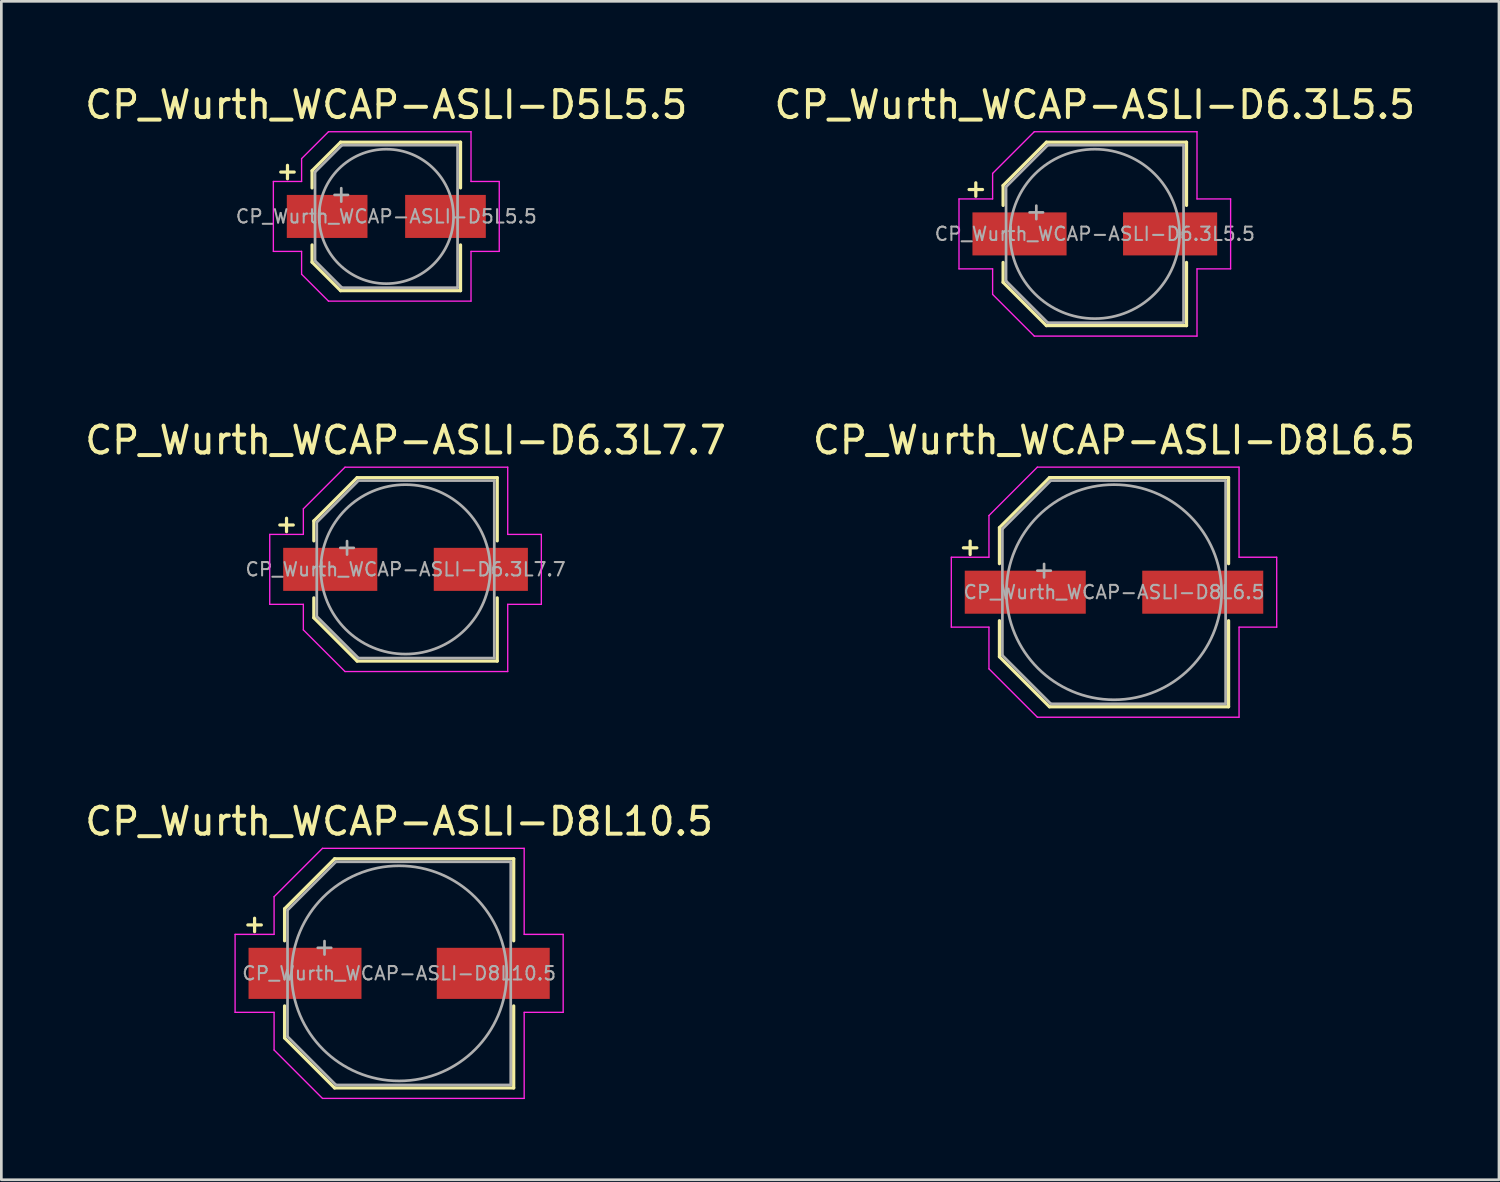
<source format=kicad_pcb>
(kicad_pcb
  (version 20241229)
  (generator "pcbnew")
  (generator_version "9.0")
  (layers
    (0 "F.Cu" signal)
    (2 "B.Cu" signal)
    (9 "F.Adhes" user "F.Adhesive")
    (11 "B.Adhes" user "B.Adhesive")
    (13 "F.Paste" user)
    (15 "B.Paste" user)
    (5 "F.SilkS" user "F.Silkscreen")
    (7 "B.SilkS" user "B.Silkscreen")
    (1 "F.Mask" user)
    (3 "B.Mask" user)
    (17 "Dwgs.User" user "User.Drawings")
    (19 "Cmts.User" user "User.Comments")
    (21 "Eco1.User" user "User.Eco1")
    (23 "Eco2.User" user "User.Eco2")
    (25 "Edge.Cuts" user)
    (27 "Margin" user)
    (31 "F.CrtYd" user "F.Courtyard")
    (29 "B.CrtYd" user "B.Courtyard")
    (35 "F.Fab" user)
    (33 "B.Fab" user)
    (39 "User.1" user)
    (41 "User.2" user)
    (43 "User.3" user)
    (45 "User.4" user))
  (footprint "CP_Wurth_WCAP-ASLI-D6.3L7.7"
    (layer "F.Cu")
    (at 12.03 18.122)
    (property "Reference" "CP_Wurth_WCAP-ASLI-D6.3L7.7" (at 0 -4.8 0) (unlocked yes) (layer "F.SilkS") (effects (font (size 1 1) (thickness 0.15))))
    (attr smd)
    (fp_line (start -4.425 -1.4) (end -4.425 -1.9) (stroke (width 0.12) (type solid)) (layer "F.SilkS"))
    (fp_line (start -4.175 -1.65) (end -4.675 -1.65) (stroke (width 0.12) (type solid)) (layer "F.SilkS"))
    (fp_line (start -3.41 -1.8) (end -3.41 -1.06) (stroke (width 0.12) (type default)) (layer "F.SilkS"))
    (fp_line (start -3.41 -1.8) (end -1.8 -3.41) (stroke (width 0.12) (type default)) (layer "F.SilkS"))
    (fp_line (start -3.41 1.8) (end -3.41 1.06) (stroke (width 0.12) (type default)) (layer "F.SilkS"))
    (fp_line (start -3.41 1.8) (end -1.8 3.41) (stroke (width 0.12) (type default)) (layer "F.SilkS"))
    (fp_line (start -1.8 -3.41) (end 3.41 -3.41) (stroke (width 0.12) (type solid)) (layer "F.SilkS"))
    (fp_line (start -1.8 3.41) (end 3.41 3.41) (stroke (width 0.12) (type solid)) (layer "F.SilkS"))
    (fp_line (start 3.41 -3.41) (end 3.41 -1.06) (stroke (width 0.12) (type default)) (layer "F.SilkS"))
    (fp_line (start 3.41 1.06) (end 3.41 3.41) (stroke (width 0.12) (type default)) (layer "F.SilkS"))
    (fp_line (start -5.05 -1.3) (end -5.05 1.3) (stroke (width 0.05) (type default)) (layer "F.CrtYd"))
    (fp_line (start -5.05 -1.3) (end -3.8 -1.3) (stroke (width 0.05) (type default)) (layer "F.CrtYd"))
    (fp_line (start -5.05 1.3) (end -3.8 1.3) (stroke (width 0.05) (type default)) (layer "F.CrtYd"))
    (fp_line (start -3.8 -2.25) (end -3.8 -1.3) (stroke (width 0.05) (type default)) (layer "F.CrtYd"))
    (fp_line (start -3.8 -2.25) (end -2.25 -3.8) (stroke (width 0.05) (type default)) (layer "F.CrtYd"))
    (fp_line (start -3.8 1.3) (end -3.8 2.25) (stroke (width 0.05) (type default)) (layer "F.CrtYd"))
    (fp_line (start -3.8 2.25) (end -2.25 3.8) (stroke (width 0.05) (type default)) (layer "F.CrtYd"))
    (fp_line (start -2.25 -3.8) (end 3.8 -3.8) (stroke (width 0.05) (type default)) (layer "F.CrtYd"))
    (fp_line (start -2.25 3.8) (end 3.8 3.8) (stroke (width 0.05) (type default)) (layer "F.CrtYd"))
    (fp_line (start 3.8 -3.8) (end 3.8 -1.3) (stroke (width 0.05) (type default)) (layer "F.CrtYd"))
    (fp_line (start 3.8 -1.3) (end 5.05 -1.3) (stroke (width 0.05) (type default)) (layer "F.CrtYd"))
    (fp_line (start 3.8 1.3) (end 3.8 3.8) (stroke (width 0.05) (type default)) (layer "F.CrtYd"))
    (fp_line (start 3.8 1.3) (end 5.05 1.3) (stroke (width 0.05) (type default)) (layer "F.CrtYd"))
    (fp_line (start 5.05 -1.3) (end 5.05 1.3) (stroke (width 0.05) (type default)) (layer "F.CrtYd"))
    (fp_line (start -3.3 -1.75) (end -1.75 -3.3) (stroke (width 0.1) (type default)) (layer "F.Fab"))
    (fp_line (start -3.3 1.75) (end -3.3 -1.75) (stroke (width 0.1) (type default)) (layer "F.Fab"))
    (fp_line (start -2.175 -0.55) (end -2.175 -1.05) (stroke (width 0.1) (type default)) (layer "F.Fab"))
    (fp_line (start -1.925 -0.8) (end -2.425 -0.8) (stroke (width 0.1) (type default)) (layer "F.Fab"))
    (fp_line (start -1.75 -3.3) (end 3.3 -3.3) (stroke (width 0.1) (type default)) (layer "F.Fab"))
    (fp_line (start -1.75 3.3) (end -3.3 1.75) (stroke (width 0.1) (type default)) (layer "F.Fab"))
    (fp_line (start 3.3 -3.3) (end 3.3 3.3) (stroke (width 0.1) (type default)) (layer "F.Fab"))
    (fp_line (start 3.3 3.3) (end -1.75 3.3) (stroke (width 0.1) (type default)) (layer "F.Fab"))
    (fp_circle (center 0 0) (end 3.15 0) (stroke (width 0.1) (type default)) (fill no) (layer "F.Fab"))
    (fp_text user "${REFERENCE}" (at 0 0 0) (unlocked yes) (layer "F.Fab") (effects (font (size 0.5 0.5) (thickness 0.075))))
    (pad "1" smd rect (at -2.8 0) (size 3.5 1.6) (layers "F.Cu" "F.Mask" "F.Paste"))
    (pad "2" smd rect (at 2.8 0) (size 3.5 1.6) (layers "F.Cu" "F.Mask" "F.Paste")))
  (footprint "CP_Wurth_WCAP-ASLI-D6.3L5.5"
    (layer "F.Cu")
    (at 37.661 5.648)
    (property "Reference" "CP_Wurth_WCAP-ASLI-D6.3L5.5" (at 0 -4.8 0) (unlocked yes) (layer "F.SilkS") (effects (font (size 1 1) (thickness 0.15))))
    (attr smd)
    (fp_line (start -4.425 -1.4) (end -4.425 -1.9) (stroke (width 0.12) (type solid)) (layer "F.SilkS"))
    (fp_line (start -4.175 -1.65) (end -4.675 -1.65) (stroke (width 0.12) (type solid)) (layer "F.SilkS"))
    (fp_line (start -3.41 -1.8) (end -3.41 -1.06) (stroke (width 0.12) (type default)) (layer "F.SilkS"))
    (fp_line (start -3.41 -1.8) (end -1.8 -3.41) (stroke (width 0.12) (type default)) (layer "F.SilkS"))
    (fp_line (start -3.41 1.8) (end -3.41 1.06) (stroke (width 0.12) (type default)) (layer "F.SilkS"))
    (fp_line (start -3.41 1.8) (end -1.8 3.41) (stroke (width 0.12) (type default)) (layer "F.SilkS"))
    (fp_line (start -1.8 -3.41) (end 3.41 -3.41) (stroke (width 0.12) (type solid)) (layer "F.SilkS"))
    (fp_line (start -1.8 3.41) (end 3.41 3.41) (stroke (width 0.12) (type solid)) (layer "F.SilkS"))
    (fp_line (start 3.41 -3.41) (end 3.41 -1.06) (stroke (width 0.12) (type default)) (layer "F.SilkS"))
    (fp_line (start 3.41 1.06) (end 3.41 3.41) (stroke (width 0.12) (type default)) (layer "F.SilkS"))
    (fp_line (start -5.05 -1.3) (end -5.05 1.3) (stroke (width 0.05) (type default)) (layer "F.CrtYd"))
    (fp_line (start -5.05 -1.3) (end -3.8 -1.3) (stroke (width 0.05) (type default)) (layer "F.CrtYd"))
    (fp_line (start -5.05 1.3) (end -3.8 1.3) (stroke (width 0.05) (type default)) (layer "F.CrtYd"))
    (fp_line (start -3.8 -2.25) (end -3.8 -1.3) (stroke (width 0.05) (type default)) (layer "F.CrtYd"))
    (fp_line (start -3.8 -2.25) (end -2.25 -3.8) (stroke (width 0.05) (type default)) (layer "F.CrtYd"))
    (fp_line (start -3.8 1.3) (end -3.8 2.25) (stroke (width 0.05) (type default)) (layer "F.CrtYd"))
    (fp_line (start -3.8 2.25) (end -2.25 3.8) (stroke (width 0.05) (type default)) (layer "F.CrtYd"))
    (fp_line (start -2.25 -3.8) (end 3.8 -3.8) (stroke (width 0.05) (type default)) (layer "F.CrtYd"))
    (fp_line (start -2.25 3.8) (end 3.8 3.8) (stroke (width 0.05) (type default)) (layer "F.CrtYd"))
    (fp_line (start 3.8 -3.8) (end 3.8 -1.3) (stroke (width 0.05) (type default)) (layer "F.CrtYd"))
    (fp_line (start 3.8 -1.3) (end 5.05 -1.3) (stroke (width 0.05) (type default)) (layer "F.CrtYd"))
    (fp_line (start 3.8 1.3) (end 3.8 3.8) (stroke (width 0.05) (type default)) (layer "F.CrtYd"))
    (fp_line (start 3.8 1.3) (end 5.05 1.3) (stroke (width 0.05) (type default)) (layer "F.CrtYd"))
    (fp_line (start 5.05 -1.3) (end 5.05 1.3) (stroke (width 0.05) (type default)) (layer "F.CrtYd"))
    (fp_line (start -3.3 -1.75) (end -1.75 -3.3) (stroke (width 0.1) (type default)) (layer "F.Fab"))
    (fp_line (start -3.3 1.75) (end -3.3 -1.75) (stroke (width 0.1) (type default)) (layer "F.Fab"))
    (fp_line (start -2.175 -0.55) (end -2.175 -1.05) (stroke (width 0.1) (type default)) (layer "F.Fab"))
    (fp_line (start -1.925 -0.8) (end -2.425 -0.8) (stroke (width 0.1) (type default)) (layer "F.Fab"))
    (fp_line (start -1.75 -3.3) (end 3.3 -3.3) (stroke (width 0.1) (type default)) (layer "F.Fab"))
    (fp_line (start -1.75 3.3) (end -3.3 1.75) (stroke (width 0.1) (type default)) (layer "F.Fab"))
    (fp_line (start 3.3 -3.3) (end 3.3 3.3) (stroke (width 0.1) (type default)) (layer "F.Fab"))
    (fp_line (start 3.3 3.3) (end -1.75 3.3) (stroke (width 0.1) (type default)) (layer "F.Fab"))
    (fp_circle (center 0 0) (end 3.15 0) (stroke (width 0.1) (type default)) (fill no) (layer "F.Fab"))
    (fp_text user "${REFERENCE}" (at 0 0 0) (unlocked yes) (layer "F.Fab") (effects (font (size 0.5 0.5) (thickness 0.075))))
    (pad "1" smd rect (at -2.8 0) (size 3.5 1.6) (layers "F.Cu" "F.Mask" "F.Paste"))
    (pad "2" smd rect (at 2.8 0) (size 3.5 1.6) (layers "F.Cu" "F.Mask" "F.Paste")))
  (footprint "CP_Wurth_WCAP-ASLI-D5L5.5"
    (layer "F.Cu")
    (at 11.315 4.998)
    (property "Reference" "CP_Wurth_WCAP-ASLI-D5L5.5" (at 0 -4.15 0) (unlocked yes) (layer "F.SilkS") (effects (font (size 1 1) (thickness 0.15))))
    (attr smd)
    (fp_line (start -3.675 -1.4) (end -3.675 -1.9) (stroke (width 0.12) (type solid)) (layer "F.SilkS"))
    (fp_line (start -3.425 -1.65) (end -3.925 -1.65) (stroke (width 0.12) (type solid)) (layer "F.SilkS"))
    (fp_line (start -2.76 -1.7) (end -2.76 -1.06) (stroke (width 0.12) (type default)) (layer "F.SilkS"))
    (fp_line (start -2.76 -1.7) (end -1.7 -2.76) (stroke (width 0.12) (type default)) (layer "F.SilkS"))
    (fp_line (start -2.76 1.7) (end -2.76 1.06) (stroke (width 0.12) (type default)) (layer "F.SilkS"))
    (fp_line (start -2.76 1.7) (end -1.7 2.76) (stroke (width 0.12) (type default)) (layer "F.SilkS"))
    (fp_line (start -1.7 -2.76) (end 2.76 -2.76) (stroke (width 0.12) (type solid)) (layer "F.SilkS"))
    (fp_line (start -1.7 2.76) (end 2.76 2.76) (stroke (width 0.12) (type solid)) (layer "F.SilkS"))
    (fp_line (start 2.76 -2.76) (end 2.76 -1.06) (stroke (width 0.12) (type default)) (layer "F.SilkS"))
    (fp_line (start 2.76 1.06) (end 2.76 2.76) (stroke (width 0.12) (type default)) (layer "F.SilkS"))
    (fp_line (start -4.2 -1.3) (end -4.2 1.3) (stroke (width 0.05) (type default)) (layer "F.CrtYd"))
    (fp_line (start -4.2 -1.3) (end -3.15 -1.3) (stroke (width 0.05) (type default)) (layer "F.CrtYd"))
    (fp_line (start -4.2 1.3) (end -3.15 1.3) (stroke (width 0.05) (type default)) (layer "F.CrtYd"))
    (fp_line (start -3.15 -2.15) (end -3.15 -1.3) (stroke (width 0.05) (type default)) (layer "F.CrtYd"))
    (fp_line (start -3.15 -2.15) (end -2.15 -3.15) (stroke (width 0.05) (type default)) (layer "F.CrtYd"))
    (fp_line (start -3.15 1.3) (end -3.15 2.15) (stroke (width 0.05) (type default)) (layer "F.CrtYd"))
    (fp_line (start -3.15 2.15) (end -2.15 3.15) (stroke (width 0.05) (type default)) (layer "F.CrtYd"))
    (fp_line (start -2.15 -3.15) (end 3.15 -3.15) (stroke (width 0.05) (type default)) (layer "F.CrtYd"))
    (fp_line (start -2.15 3.15) (end 3.15 3.15) (stroke (width 0.05) (type default)) (layer "F.CrtYd"))
    (fp_line (start 3.15 -3.15) (end 3.15 -1.3) (stroke (width 0.05) (type default)) (layer "F.CrtYd"))
    (fp_line (start 3.15 -1.3) (end 4.2 -1.3) (stroke (width 0.05) (type default)) (layer "F.CrtYd"))
    (fp_line (start 3.15 1.3) (end 3.15 3.15) (stroke (width 0.05) (type default)) (layer "F.CrtYd"))
    (fp_line (start 3.15 1.3) (end 4.2 1.3) (stroke (width 0.05) (type default)) (layer "F.CrtYd"))
    (fp_line (start 4.2 -1.3) (end 4.2 1.3) (stroke (width 0.05) (type default)) (layer "F.CrtYd"))
    (fp_line (start -2.65 -1.65) (end -1.65 -2.65) (stroke (width 0.1) (type default)) (layer "F.Fab"))
    (fp_line (start -2.65 1.65) (end -2.65 -1.65) (stroke (width 0.1) (type default)) (layer "F.Fab"))
    (fp_line (start -1.675 -0.55) (end -1.675 -1.05) (stroke (width 0.1) (type default)) (layer "F.Fab"))
    (fp_line (start -1.65 -2.65) (end 2.65 -2.65) (stroke (width 0.1) (type default)) (layer "F.Fab"))
    (fp_line (start -1.65 2.65) (end -2.65 1.65) (stroke (width 0.1) (type default)) (layer "F.Fab"))
    (fp_line (start -1.425 -0.8) (end -1.925 -0.8) (stroke (width 0.1) (type default)) (layer "F.Fab"))
    (fp_line (start 2.65 -2.65) (end 2.65 2.65) (stroke (width 0.1) (type default)) (layer "F.Fab"))
    (fp_line (start 2.65 2.65) (end -1.65 2.65) (stroke (width 0.1) (type default)) (layer "F.Fab"))
    (fp_circle (center 0 0) (end 2.5 0) (stroke (width 0.1) (type default)) (fill no) (layer "F.Fab"))
    (fp_text user "${REFERENCE}" (at 0 0 0) (unlocked yes) (layer "F.Fab") (effects (font (size 0.5 0.5) (thickness 0.075))))
    (pad "1" smd rect (at -2.2 0) (size 3 1.6) (layers "F.Cu" "F.Mask" "F.Paste"))
    (pad "2" smd rect (at 2.2 0) (size 3 1.6) (layers "F.Cu" "F.Mask" "F.Paste")))
  (footprint "CP_Wurth_WCAP-ASLI-D8L10.5"
    (layer "F.Cu")
    (at 11.792 33.145)
    (property "Reference" "CP_Wurth_WCAP-ASLI-D8L10.5" (at 0 -5.65 0) (unlocked yes) (layer "F.SilkS") (effects (font (size 1 1) (thickness 0.15))))
    (attr smd)
    (fp_line (start -5.375 -1.55) (end -5.375 -2.05) (stroke (width 0.12) (type solid)) (layer "F.SilkS"))
    (fp_line (start -5.125 -1.8) (end -5.625 -1.8) (stroke (width 0.12) (type solid)) (layer "F.SilkS"))
    (fp_line (start -4.26 -2.4) (end -4.26 -1.21) (stroke (width 0.12) (type default)) (layer "F.SilkS"))
    (fp_line (start -4.26 -2.4) (end -2.4 -4.26) (stroke (width 0.12) (type default)) (layer "F.SilkS"))
    (fp_line (start -4.26 2.4) (end -4.26 1.21) (stroke (width 0.12) (type default)) (layer "F.SilkS"))
    (fp_line (start -4.26 2.4) (end -2.4 4.26) (stroke (width 0.12) (type default)) (layer "F.SilkS"))
    (fp_line (start -2.4 -4.26) (end 4.26 -4.26) (stroke (width 0.12) (type solid)) (layer "F.SilkS"))
    (fp_line (start -2.4 4.26) (end 4.26 4.26) (stroke (width 0.12) (type solid)) (layer "F.SilkS"))
    (fp_line (start 4.26 -4.26) (end 4.26 -1.21) (stroke (width 0.12) (type default)) (layer "F.SilkS"))
    (fp_line (start 4.26 1.21) (end 4.26 4.26) (stroke (width 0.12) (type default)) (layer "F.SilkS"))
    (fp_line (start -6.1 -1.45) (end -6.1 1.45) (stroke (width 0.05) (type default)) (layer "F.CrtYd"))
    (fp_line (start -6.1 -1.45) (end -4.65 -1.45) (stroke (width 0.05) (type default)) (layer "F.CrtYd"))
    (fp_line (start -6.1 1.45) (end -4.65 1.45) (stroke (width 0.05) (type default)) (layer "F.CrtYd"))
    (fp_line (start -4.65 -2.85) (end -4.65 -1.45) (stroke (width 0.05) (type default)) (layer "F.CrtYd"))
    (fp_line (start -4.65 -2.85) (end -2.85 -4.65) (stroke (width 0.05) (type default)) (layer "F.CrtYd"))
    (fp_line (start -4.65 1.45) (end -4.65 2.85) (stroke (width 0.05) (type default)) (layer "F.CrtYd"))
    (fp_line (start -4.65 2.85) (end -2.85 4.65) (stroke (width 0.05) (type default)) (layer "F.CrtYd"))
    (fp_line (start -2.85 -4.65) (end 4.65 -4.65) (stroke (width 0.05) (type default)) (layer "F.CrtYd"))
    (fp_line (start -2.85 4.65) (end 4.65 4.65) (stroke (width 0.05) (type default)) (layer "F.CrtYd"))
    (fp_line (start 4.65 -4.65) (end 4.65 -1.45) (stroke (width 0.05) (type default)) (layer "F.CrtYd"))
    (fp_line (start 4.65 -1.45) (end 6.1 -1.45) (stroke (width 0.05) (type default)) (layer "F.CrtYd"))
    (fp_line (start 4.65 1.45) (end 4.65 4.65) (stroke (width 0.05) (type default)) (layer "F.CrtYd"))
    (fp_line (start 4.65 1.45) (end 6.1 1.45) (stroke (width 0.05) (type default)) (layer "F.CrtYd"))
    (fp_line (start 6.1 -1.45) (end 6.1 1.45) (stroke (width 0.05) (type default)) (layer "F.CrtYd"))
    (fp_line (start -4.15 -2.35) (end -2.35 -4.15) (stroke (width 0.1) (type default)) (layer "F.Fab"))
    (fp_line (start -4.15 2.35) (end -4.15 -2.35) (stroke (width 0.1) (type default)) (layer "F.Fab"))
    (fp_line (start -2.775 -0.7) (end -2.775 -1.2) (stroke (width 0.1) (type default)) (layer "F.Fab"))
    (fp_line (start -2.525 -0.95) (end -3.025 -0.95) (stroke (width 0.1) (type default)) (layer "F.Fab"))
    (fp_line (start -2.35 -4.15) (end 4.15 -4.15) (stroke (width 0.1) (type default)) (layer "F.Fab"))
    (fp_line (start -2.35 4.15) (end -4.15 2.35) (stroke (width 0.1) (type default)) (layer "F.Fab"))
    (fp_line (start 4.15 -4.15) (end 4.15 4.15) (stroke (width 0.1) (type default)) (layer "F.Fab"))
    (fp_line (start 4.15 4.15) (end -2.35 4.15) (stroke (width 0.1) (type default)) (layer "F.Fab"))
    (fp_circle (center 0 0) (end 4 0) (stroke (width 0.1) (type default)) (fill no) (layer "F.Fab"))
    (fp_text user "${REFERENCE}" (at 0 0 0) (unlocked yes) (layer "F.Fab") (effects (font (size 0.5 0.5) (thickness 0.075))))
    (pad "1" smd rect (at -3.5 0) (size 4.2 1.9) (layers "F.Cu" "F.Mask" "F.Paste"))
    (pad "2" smd rect (at 3.5 0) (size 4.2 1.9) (layers "F.Cu" "F.Mask" "F.Paste")))
  (footprint "CP_Wurth_WCAP-ASLI-D8L6.5"
    (layer "F.Cu")
    (at 38.375 18.971)
    (property "Reference" "CP_Wurth_WCAP-ASLI-D8L6.5" (at 0 -5.65 0) (unlocked yes) (layer "F.SilkS") (effects (font (size 1 1) (thickness 0.15))))
    (attr smd)
    (fp_line (start -5.35 -1.4) (end -5.35 -1.9) (stroke (width 0.12) (type solid)) (layer "F.SilkS"))
    (fp_line (start -5.1 -1.65) (end -5.6 -1.65) (stroke (width 0.12) (type solid)) (layer "F.SilkS"))
    (fp_line (start -4.26 -2.4) (end -4.26 -1.06) (stroke (width 0.12) (type default)) (layer "F.SilkS"))
    (fp_line (start -4.26 -2.4) (end -2.4 -4.26) (stroke (width 0.12) (type default)) (layer "F.SilkS"))
    (fp_line (start -4.26 2.4) (end -4.26 1.06) (stroke (width 0.12) (type default)) (layer "F.SilkS"))
    (fp_line (start -4.26 2.4) (end -2.4 4.26) (stroke (width 0.12) (type default)) (layer "F.SilkS"))
    (fp_line (start -2.4 -4.26) (end 4.26 -4.26) (stroke (width 0.12) (type solid)) (layer "F.SilkS"))
    (fp_line (start -2.4 4.26) (end 4.26 4.26) (stroke (width 0.12) (type solid)) (layer "F.SilkS"))
    (fp_line (start 4.26 -4.26) (end 4.26 -1.06) (stroke (width 0.12) (type default)) (layer "F.SilkS"))
    (fp_line (start 4.26 1.06) (end 4.26 4.26) (stroke (width 0.12) (type default)) (layer "F.SilkS"))
    (fp_line (start -6.05 -1.3) (end -6.05 1.3) (stroke (width 0.05) (type default)) (layer "F.CrtYd"))
    (fp_line (start -6.05 -1.3) (end -4.65 -1.3) (stroke (width 0.05) (type default)) (layer "F.CrtYd"))
    (fp_line (start -6.05 1.3) (end -4.65 1.3) (stroke (width 0.05) (type default)) (layer "F.CrtYd"))
    (fp_line (start -4.65 -2.85) (end -4.65 -1.3) (stroke (width 0.05) (type default)) (layer "F.CrtYd"))
    (fp_line (start -4.65 -2.85) (end -2.85 -4.65) (stroke (width 0.05) (type default)) (layer "F.CrtYd"))
    (fp_line (start -4.65 1.3) (end -4.65 2.85) (stroke (width 0.05) (type default)) (layer "F.CrtYd"))
    (fp_line (start -4.65 2.85) (end -2.85 4.65) (stroke (width 0.05) (type default)) (layer "F.CrtYd"))
    (fp_line (start -2.85 -4.65) (end 4.65 -4.65) (stroke (width 0.05) (type default)) (layer "F.CrtYd"))
    (fp_line (start -2.85 4.65) (end 4.65 4.65) (stroke (width 0.05) (type default)) (layer "F.CrtYd"))
    (fp_line (start 4.65 -4.65) (end 4.65 -1.3) (stroke (width 0.05) (type default)) (layer "F.CrtYd"))
    (fp_line (start 4.65 -1.3) (end 6.05 -1.3) (stroke (width 0.05) (type default)) (layer "F.CrtYd"))
    (fp_line (start 4.65 1.3) (end 4.65 4.65) (stroke (width 0.05) (type default)) (layer "F.CrtYd"))
    (fp_line (start 4.65 1.3) (end 6.05 1.3) (stroke (width 0.05) (type default)) (layer "F.CrtYd"))
    (fp_line (start 6.05 -1.3) (end 6.05 1.3) (stroke (width 0.05) (type default)) (layer "F.CrtYd"))
    (fp_line (start -4.15 -2.35) (end -2.35 -4.15) (stroke (width 0.1) (type default)) (layer "F.Fab"))
    (fp_line (start -4.15 2.35) (end -4.15 -2.35) (stroke (width 0.1) (type default)) (layer "F.Fab"))
    (fp_line (start -2.6 -0.55) (end -2.6 -1.05) (stroke (width 0.1) (type default)) (layer "F.Fab"))
    (fp_line (start -2.35 -4.15) (end 4.15 -4.15) (stroke (width 0.1) (type default)) (layer "F.Fab"))
    (fp_line (start -2.35 -0.8) (end -2.85 -0.8) (stroke (width 0.1) (type default)) (layer "F.Fab"))
    (fp_line (start -2.35 4.15) (end -4.15 2.35) (stroke (width 0.1) (type default)) (layer "F.Fab"))
    (fp_line (start 4.15 -4.15) (end 4.15 4.15) (stroke (width 0.1) (type default)) (layer "F.Fab"))
    (fp_line (start 4.15 4.15) (end -2.35 4.15) (stroke (width 0.1) (type default)) (layer "F.Fab"))
    (fp_circle (center 0 0) (end 4 0) (stroke (width 0.1) (type default)) (fill no) (layer "F.Fab"))
    (fp_text user "${REFERENCE}" (at 0 0 0) (unlocked yes) (layer "F.Fab") (effects (font (size 0.5 0.5) (thickness 0.075))))
    (pad "1" smd rect (at -3.3 0) (size 4.5 1.6) (layers "F.Cu" "F.Mask" "F.Paste"))
    (pad "2" smd rect (at 3.3 0) (size 4.5 1.6) (layers "F.Cu" "F.Mask" "F.Paste")))
  (gr_rect
    (start -3 -3)
    (end 52.69 40.82)
    (stroke (width 0.1) (type default))
    (fill no)
    (layer "Edge.Cuts")))
</source>
